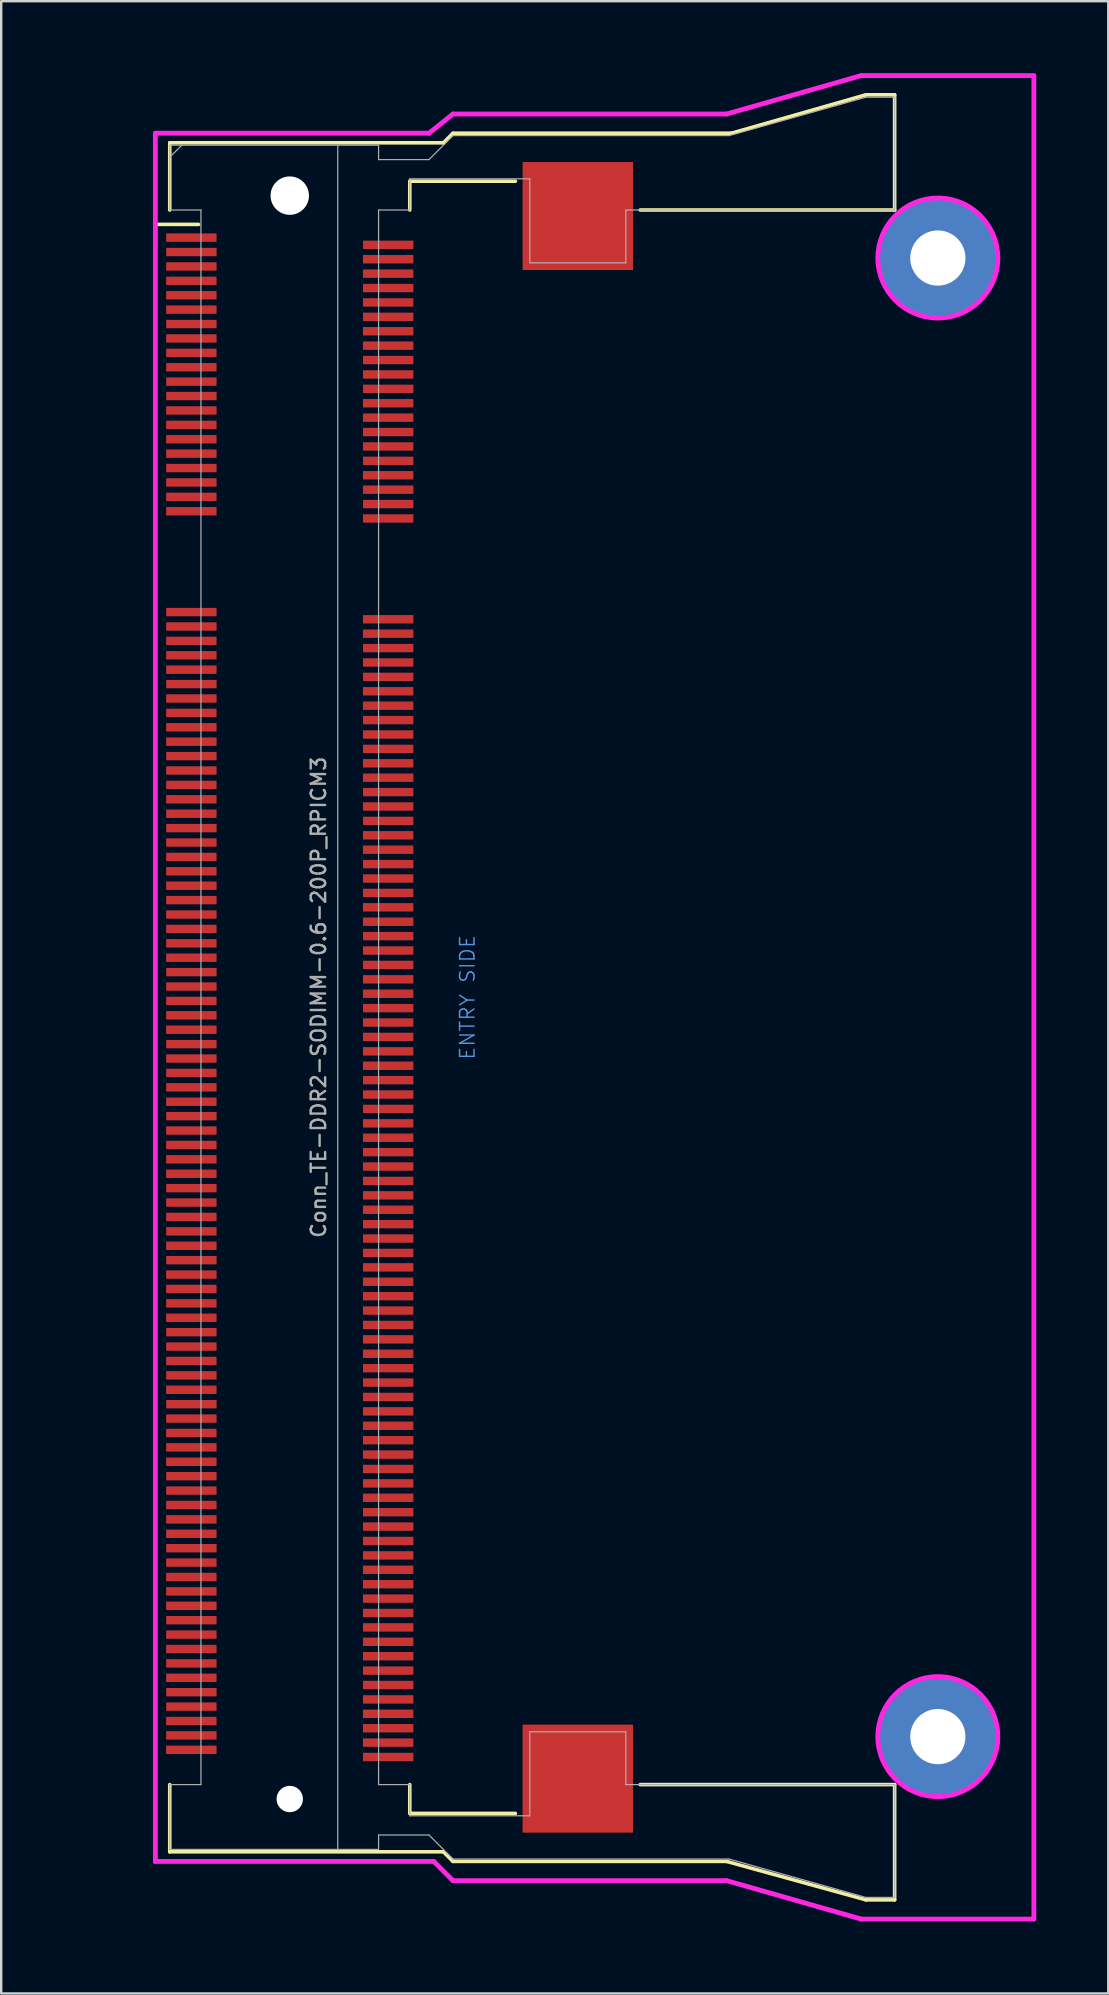
<source format=kicad_pcb>
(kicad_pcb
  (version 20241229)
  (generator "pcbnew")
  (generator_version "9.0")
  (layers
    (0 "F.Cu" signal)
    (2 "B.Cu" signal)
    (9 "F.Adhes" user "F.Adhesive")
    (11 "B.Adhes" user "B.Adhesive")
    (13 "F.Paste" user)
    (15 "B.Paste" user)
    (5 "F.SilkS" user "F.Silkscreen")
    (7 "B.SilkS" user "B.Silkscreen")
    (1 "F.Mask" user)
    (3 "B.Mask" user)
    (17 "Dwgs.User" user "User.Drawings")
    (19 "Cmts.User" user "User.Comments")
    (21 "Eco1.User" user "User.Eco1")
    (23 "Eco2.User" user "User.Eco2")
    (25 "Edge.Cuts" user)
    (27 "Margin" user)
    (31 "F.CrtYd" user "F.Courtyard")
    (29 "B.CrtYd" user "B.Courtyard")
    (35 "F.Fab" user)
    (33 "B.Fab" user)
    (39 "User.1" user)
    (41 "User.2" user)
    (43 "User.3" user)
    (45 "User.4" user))
  (footprint "Conn_TE-DDR2-SODIMM-0.6-200P_RPICM3"
    (layer "F.Cu")
    (at 9.022 38.5)
    (property "Reference" "Conn_TE-DDR2-SODIMM-0.6-200P_RPICM3" (at 1.2 0 90) (layer "F.Fab") (effects (font (size 0.6 0.6) (thickness 0.1))))
    (attr through_hole)
    (fp_line (start -5.6 -32.2) (end -3.8 -32.2) (stroke (width 0.15) (type solid)) (layer "F.SilkS"))
    (fp_line (start -5.6 -31.2) (end -5.6 -32.2) (stroke (width 0.15) (type solid)) (layer "F.SilkS"))
    (fp_line (start -5 -35.6) (end 6.4 -35.6) (stroke (width 0.15) (type solid)) (layer "F.SilkS"))
    (fp_line (start -5 -32.8) (end -5 -35.6) (stroke (width 0.15) (type solid)) (layer "F.SilkS"))
    (fp_line (start -5 32.8) (end -5 35.6) (stroke (width 0.15) (type solid)) (layer "F.SilkS"))
    (fp_line (start -5 35.6) (end 6.4 35.6) (stroke (width 0.15) (type solid)) (layer "F.SilkS"))
    (fp_line (start 5 -34) (end 9.4 -34) (stroke (width 0.15) (type solid)) (layer "F.SilkS"))
    (fp_line (start 5 -32.8) (end 5 -34) (stroke (width 0.15) (type solid)) (layer "F.SilkS"))
    (fp_line (start 5 34) (end 5 32.8) (stroke (width 0.15) (type solid)) (layer "F.SilkS"))
    (fp_line (start 6.4 -35.6) (end 6.8 -36) (stroke (width 0.15) (type solid)) (layer "F.SilkS"))
    (fp_line (start 6.4 35.6) (end 6.8 36) (stroke (width 0.15) (type solid)) (layer "F.SilkS"))
    (fp_line (start 6.8 -36) (end 18.4 -36) (stroke (width 0.15) (type solid)) (layer "F.SilkS"))
    (fp_line (start 6.8 36) (end 18.2 36) (stroke (width 0.15) (type solid)) (layer "F.SilkS"))
    (fp_line (start 9.4 34) (end 5 34) (stroke (width 0.15) (type solid)) (layer "F.SilkS"))
    (fp_line (start 14.6 -32.8) (end 25.2 -32.8) (stroke (width 0.15) (type solid)) (layer "F.SilkS"))
    (fp_line (start 14.6 32.8) (end 25.2 32.8) (stroke (width 0.15) (type solid)) (layer "F.SilkS"))
    (fp_line (start 18.2 36) (end 24 37.6) (stroke (width 0.15) (type solid)) (layer "F.SilkS"))
    (fp_line (start 18.4 -36) (end 24 -37.6) (stroke (width 0.15) (type solid)) (layer "F.SilkS"))
    (fp_line (start 24 -37.6) (end 25.2 -37.6) (stroke (width 0.15) (type solid)) (layer "F.SilkS"))
    (fp_line (start 24 37.6) (end 25.2 37.6) (stroke (width 0.15) (type solid)) (layer "F.SilkS"))
    (fp_line (start 25.2 -37.6) (end 25.2 -32.8) (stroke (width 0.15) (type solid)) (layer "F.SilkS"))
    (fp_line (start 25.2 37.6) (end 25.2 32.8) (stroke (width 0.15) (type solid)) (layer "F.SilkS"))
    (fp_line (start -5.6 -36) (end -5.6 36) (stroke (width 0.2) (type solid)) (layer "F.CrtYd"))
    (fp_line (start -5.6 -36) (end 5.8 -36) (stroke (width 0.2) (type solid)) (layer "F.CrtYd"))
    (fp_line (start -5.6 36) (end 6 36) (stroke (width 0.2) (type solid)) (layer "F.CrtYd"))
    (fp_line (start 6 36) (end 6.8 36.8) (stroke (width 0.2) (type solid)) (layer "F.CrtYd"))
    (fp_line (start 6.8 -36.8) (end 5.8 -36) (stroke (width 0.2) (type solid)) (layer "F.CrtYd"))
    (fp_line (start 6.8 36.8) (end 18.2 36.8) (stroke (width 0.2) (type solid)) (layer "F.CrtYd"))
    (fp_line (start 18.2 -36.8) (end 6.8 -36.8) (stroke (width 0.2) (type solid)) (layer "F.CrtYd"))
    (fp_line (start 18.2 36.8) (end 23.8 38.4) (stroke (width 0.2) (type solid)) (layer "F.CrtYd"))
    (fp_line (start 23.8 -38.4) (end 18.2 -36.8) (stroke (width 0.2) (type solid)) (layer "F.CrtYd"))
    (fp_line (start 23.8 38.4) (end 31 38.4) (stroke (width 0.2) (type solid)) (layer "F.CrtYd"))
    (fp_line (start 31 -38.4) (end 23.8 -38.4) (stroke (width 0.2) (type solid)) (layer "F.CrtYd"))
    (fp_line (start 31 38.4) (end 31 -38.4) (stroke (width 0.2) (type solid)) (layer "F.CrtYd"))
    (fp_circle (center 27 -30.8) (end 29.5 -30.8) (stroke (width 0.2) (type solid)) (fill no) (layer "F.CrtYd"))
    (fp_circle (center 27 30.8) (end 29.5 30.8) (stroke (width 0.2) (type solid)) (fill no) (layer "F.CrtYd"))
    (fp_line (start -5 -35.5) (end -5 -32.8) (stroke (width 0.05) (type solid)) (layer "F.Fab"))
    (fp_line (start -5 -35.5) (end 2 -35.5) (stroke (width 0.05) (type solid)) (layer "F.Fab"))
    (fp_line (start -5 -35) (end -4.5 -35.5) (stroke (width 0.05) (type solid)) (layer "F.Fab"))
    (fp_line (start -5 -32.8) (end -3.7 -32.8) (stroke (width 0.05) (type solid)) (layer "F.Fab"))
    (fp_line (start -5 32.8) (end -3.7 32.8) (stroke (width 0.05) (type solid)) (layer "F.Fab"))
    (fp_line (start -5 35.5) (end -5 32.8) (stroke (width 0.05) (type solid)) (layer "F.Fab"))
    (fp_line (start -3.7 32.8) (end -3.7 -32.8) (stroke (width 0.05) (type solid)) (layer "F.Fab"))
    (fp_line (start 2 -35.5) (end 2 35.5) (stroke (width 0.05) (type solid)) (layer "F.Fab"))
    (fp_line (start 2 35.5) (end -5 35.5) (stroke (width 0.05) (type solid)) (layer "F.Fab"))
    (fp_line (start 3.7 -35.5) (end 2 -35.5) (stroke (width 0.05) (type solid)) (layer "F.Fab"))
    (fp_line (start 3.7 -35.5) (end 3.7 -34.9) (stroke (width 0.05) (type solid)) (layer "F.Fab"))
    (fp_line (start 3.7 -32.8) (end 3.7 32.8) (stroke (width 0.05) (type solid)) (layer "F.Fab"))
    (fp_line (start 3.7 -32.8) (end 5 -32.8) (stroke (width 0.05) (type solid)) (layer "F.Fab"))
    (fp_line (start 3.7 34.9) (end 3.7 35.5) (stroke (width 0.05) (type solid)) (layer "F.Fab"))
    (fp_line (start 3.7 34.9) (end 5.8 34.9) (stroke (width 0.05) (type solid)) (layer "F.Fab"))
    (fp_line (start 3.7 35.5) (end 2 35.5) (stroke (width 0.05) (type solid)) (layer "F.Fab"))
    (fp_line (start 5 -34.1) (end 10 -34.1) (stroke (width 0.05) (type solid)) (layer "F.Fab"))
    (fp_line (start 5 -32.8) (end 5 -34.1) (stroke (width 0.05) (type solid)) (layer "F.Fab"))
    (fp_line (start 5 32.8) (end 3.7 32.8) (stroke (width 0.05) (type solid)) (layer "F.Fab"))
    (fp_line (start 5 34.1) (end 5 32.8) (stroke (width 0.05) (type solid)) (layer "F.Fab"))
    (fp_line (start 5 34.1) (end 10 34.1) (stroke (width 0.05) (type solid)) (layer "F.Fab"))
    (fp_line (start 5.8 -34.9) (end 3.7 -34.9) (stroke (width 0.05) (type solid)) (layer "F.Fab"))
    (fp_line (start 5.8 -34.9) (end 6.8 -35.9) (stroke (width 0.05) (type solid)) (layer "F.Fab"))
    (fp_line (start 5.8 34.9) (end 6.8 35.9) (stroke (width 0.05) (type solid)) (layer "F.Fab"))
    (fp_line (start 6.8 -35.9) (end 18.3 -35.9) (stroke (width 0.05) (type solid)) (layer "F.Fab"))
    (fp_line (start 10 -34.1) (end 10 -30.6) (stroke (width 0.05) (type solid)) (layer "F.Fab"))
    (fp_line (start 10 -30.6) (end 14 -30.6) (stroke (width 0.05) (type solid)) (layer "F.Fab"))
    (fp_line (start 10 30.6) (end 14 30.6) (stroke (width 0.05) (type solid)) (layer "F.Fab"))
    (fp_line (start 10 34.1) (end 10 30.6) (stroke (width 0.05) (type solid)) (layer "F.Fab"))
    (fp_line (start 14 -32.8) (end 25.2 -32.8) (stroke (width 0.05) (type solid)) (layer "F.Fab"))
    (fp_line (start 14 -30.6) (end 14 -32.8) (stroke (width 0.05) (type solid)) (layer "F.Fab"))
    (fp_line (start 14 30.6) (end 14 32.8) (stroke (width 0.05) (type solid)) (layer "F.Fab"))
    (fp_line (start 14 32.8) (end 25.2 32.8) (stroke (width 0.05) (type solid)) (layer "F.Fab"))
    (fp_line (start 18.3 35.9) (end 6.8 35.9) (stroke (width 0.05) (type solid)) (layer "F.Fab"))
    (fp_line (start 18.3 35.9) (end 24 37.5) (stroke (width 0.05) (type solid)) (layer "F.Fab"))
    (fp_line (start 24 -37.5) (end 18.3 -35.9) (stroke (width 0.05) (type solid)) (layer "F.Fab"))
    (fp_line (start 25.2 -37.5) (end 24 -37.5) (stroke (width 0.05) (type solid)) (layer "F.Fab"))
    (fp_line (start 25.2 -32.8) (end 25.2 -37.5) (stroke (width 0.05) (type solid)) (layer "F.Fab"))
    (fp_line (start 25.2 37.5) (end 24 37.5) (stroke (width 0.05) (type solid)) (layer "F.Fab"))
    (fp_line (start 25.2 37.5) (end 25.2 32.8) (stroke (width 0.05) (type solid)) (layer "F.Fab"))
    (fp_text user "ENTRY SIDE" (at 7.4 0 90) (layer "Cmts.User") (effects (font (size 0.6 0.6) (thickness 0.06))))
    (fp_text user "${REFERENCE}" (at -4 -35 0) (layer "Eco1.User") (effects (font (size 0.3 0.3) (thickness 0.03))))
    (pad "" np_thru_hole circle (at 0 -33.4) (size 1.6 1.6) (drill 1.6) (layers "*.Cu"))
    (pad "" np_thru_hole circle (at 0 33.4) (size 1.1 1.1) (drill 1.1) (layers "*.Cu"))
    (pad "" smd rect (at 12 -32.55) (size 4.6 4.5) (layers "F.Cu" "F.Mask" "F.Paste"))
    (pad "" smd rect (at 12 32.55) (size 4.6 4.5) (layers "F.Cu" "F.Mask" "F.Paste"))
    (pad "0" thru_hole circle (at 27 -30.8) (size 5 5) (drill 2.3) (layers "*.Cu" "*.Mask"))
    (pad "0" thru_hole circle (at 27 30.8) (size 5 5) (drill 2.3) (layers "*.Cu" "*.Mask"))
    (pad "1" smd rect (at -4.1 -31.65) (size 2.1 0.35) (layers "F.Cu" "F.Mask" "F.Paste"))
    (pad "2" smd rect (at 4.1 -31.35) (size 2.1 0.35) (layers "F.Cu" "F.Mask" "F.Paste"))
    (pad "3" smd rect (at -4.1 -31.05) (size 2.1 0.35) (layers "F.Cu" "F.Mask" "F.Paste"))
    (pad "4" smd rect (at 4.1 -30.75) (size 2.1 0.35) (layers "F.Cu" "F.Mask" "F.Paste"))
    (pad "5" smd rect (at -4.1 -30.45) (size 2.1 0.35) (layers "F.Cu" "F.Mask" "F.Paste"))
    (pad "6" smd rect (at 4.1 -30.15) (size 2.1 0.35) (layers "F.Cu" "F.Mask" "F.Paste"))
    (pad "7" smd rect (at -4.1 -29.85) (size 2.1 0.35) (layers "F.Cu" "F.Mask" "F.Paste"))
    (pad "8" smd rect (at 4.1 -29.55) (size 2.1 0.35) (layers "F.Cu" "F.Mask" "F.Paste"))
    (pad "9" smd rect (at -4.1 -29.25) (size 2.1 0.35) (layers "F.Cu" "F.Mask" "F.Paste"))
    (pad "10" smd rect (at 4.1 -28.95) (size 2.1 0.35) (layers "F.Cu" "F.Mask" "F.Paste"))
    (pad "11" smd rect (at -4.1 -28.65) (size 2.1 0.35) (layers "F.Cu" "F.Mask" "F.Paste"))
    (pad "12" smd rect (at 4.1 -28.35) (size 2.1 0.35) (layers "F.Cu" "F.Mask" "F.Paste"))
    (pad "13" smd rect (at -4.1 -28.05) (size 2.1 0.35) (layers "F.Cu" "F.Mask" "F.Paste"))
    (pad "14" smd rect (at 4.1 -27.75) (size 2.1 0.35) (layers "F.Cu" "F.Mask" "F.Paste"))
    (pad "15" smd rect (at -4.1 -27.45) (size 2.1 0.35) (layers "F.Cu" "F.Mask" "F.Paste"))
    (pad "16" smd rect (at 4.1 -27.15) (size 2.1 0.35) (layers "F.Cu" "F.Mask" "F.Paste"))
    (pad "17" smd rect (at -4.1 -26.85) (size 2.1 0.35) (layers "F.Cu" "F.Mask" "F.Paste"))
    (pad "18" smd rect (at 4.1 -26.55) (size 2.1 0.35) (layers "F.Cu" "F.Mask" "F.Paste"))
    (pad "19" smd rect (at -4.1 -26.25) (size 2.1 0.35) (layers "F.Cu" "F.Mask" "F.Paste"))
    (pad "20" smd rect (at 4.1 -25.95) (size 2.1 0.35) (layers "F.Cu" "F.Mask" "F.Paste"))
    (pad "21" smd rect (at -4.1 -25.65) (size 2.1 0.35) (layers "F.Cu" "F.Mask" "F.Paste"))
    (pad "22" smd rect (at 4.1 -25.35) (size 2.1 0.35) (layers "F.Cu" "F.Mask" "F.Paste"))
    (pad "23" smd rect (at -4.1 -25.05) (size 2.1 0.35) (layers "F.Cu" "F.Mask" "F.Paste"))
    (pad "24" smd rect (at 4.1 -24.75) (size 2.1 0.35) (layers "F.Cu" "F.Mask" "F.Paste"))
    (pad "25" smd rect (at -4.1 -24.45) (size 2.1 0.35) (layers "F.Cu" "F.Mask" "F.Paste"))
    (pad "26" smd rect (at 4.1 -24.15) (size 2.1 0.35) (layers "F.Cu" "F.Mask" "F.Paste"))
    (pad "27" smd rect (at -4.1 -23.85) (size 2.1 0.35) (layers "F.Cu" "F.Mask" "F.Paste"))
    (pad "28" smd rect (at 4.1 -23.55) (size 2.1 0.35) (layers "F.Cu" "F.Mask" "F.Paste"))
    (pad "29" smd rect (at -4.1 -23.25) (size 2.1 0.35) (layers "F.Cu" "F.Mask" "F.Paste"))
    (pad "30" smd rect (at 4.1 -22.95) (size 2.1 0.35) (layers "F.Cu" "F.Mask" "F.Paste"))
    (pad "31" smd rect (at -4.1 -22.65) (size 2.1 0.35) (layers "F.Cu" "F.Mask" "F.Paste"))
    (pad "32" smd rect (at 4.1 -22.35) (size 2.1 0.35) (layers "F.Cu" "F.Mask" "F.Paste"))
    (pad "33" smd rect (at -4.1 -22.05) (size 2.1 0.35) (layers "F.Cu" "F.Mask" "F.Paste"))
    (pad "34" smd rect (at 4.1 -21.75) (size 2.1 0.35) (layers "F.Cu" "F.Mask" "F.Paste"))
    (pad "35" smd rect (at -4.1 -21.45) (size 2.1 0.35) (layers "F.Cu" "F.Mask" "F.Paste"))
    (pad "36" smd rect (at 4.1 -21.15) (size 2.1 0.35) (layers "F.Cu" "F.Mask" "F.Paste"))
    (pad "37" smd rect (at -4.1 -20.85) (size 2.1 0.35) (layers "F.Cu" "F.Mask" "F.Paste"))
    (pad "38" smd rect (at 4.1 -20.55) (size 2.1 0.35) (layers "F.Cu" "F.Mask" "F.Paste"))
    (pad "39" smd rect (at -4.1 -20.25) (size 2.1 0.35) (layers "F.Cu" "F.Mask" "F.Paste"))
    (pad "40" smd rect (at 4.1 -19.95) (size 2.1 0.35) (layers "F.Cu" "F.Mask" "F.Paste"))
    (pad "41" smd rect (at -4.1 -16.05) (size 2.1 0.35) (layers "F.Cu" "F.Mask" "F.Paste"))
    (pad "42" smd rect (at 4.1 -15.75) (size 2.1 0.35) (layers "F.Cu" "F.Mask" "F.Paste"))
    (pad "43" smd rect (at -4.1 -15.45) (size 2.1 0.35) (layers "F.Cu" "F.Mask" "F.Paste"))
    (pad "44" smd rect (at 4.1 -15.15) (size 2.1 0.35) (layers "F.Cu" "F.Mask" "F.Paste"))
    (pad "45" smd rect (at -4.1 -14.85) (size 2.1 0.35) (layers "F.Cu" "F.Mask" "F.Paste"))
    (pad "46" smd rect (at 4.1 -14.55) (size 2.1 0.35) (layers "F.Cu" "F.Mask" "F.Paste"))
    (pad "47" smd rect (at -4.1 -14.25) (size 2.1 0.35) (layers "F.Cu" "F.Mask" "F.Paste"))
    (pad "48" smd rect (at 4.1 -13.95) (size 2.1 0.35) (layers "F.Cu" "F.Mask" "F.Paste"))
    (pad "49" smd rect (at -4.1 -13.65) (size 2.1 0.35) (layers "F.Cu" "F.Mask" "F.Paste"))
    (pad "50" smd rect (at 4.1 -13.35) (size 2.1 0.35) (layers "F.Cu" "F.Mask" "F.Paste"))
    (pad "51" smd rect (at -4.1 -13.05) (size 2.1 0.35) (layers "F.Cu" "F.Mask" "F.Paste"))
    (pad "52" smd rect (at 4.1 -12.75) (size 2.1 0.35) (layers "F.Cu" "F.Mask" "F.Paste"))
    (pad "53" smd rect (at -4.1 -12.45) (size 2.1 0.35) (layers "F.Cu" "F.Mask" "F.Paste"))
    (pad "54" smd rect (at 4.1 -12.15) (size 2.1 0.35) (layers "F.Cu" "F.Mask" "F.Paste"))
    (pad "55" smd rect (at -4.1 -11.85) (size 2.1 0.35) (layers "F.Cu" "F.Mask" "F.Paste"))
    (pad "56" smd rect (at 4.1 -11.55) (size 2.1 0.35) (layers "F.Cu" "F.Mask" "F.Paste"))
    (pad "57" smd rect (at -4.1 -11.25) (size 2.1 0.35) (layers "F.Cu" "F.Mask" "F.Paste"))
    (pad "58" smd rect (at 4.1 -10.95) (size 2.1 0.35) (layers "F.Cu" "F.Mask" "F.Paste"))
    (pad "59" smd rect (at -4.1 -10.65) (size 2.1 0.35) (layers "F.Cu" "F.Mask" "F.Paste"))
    (pad "60" smd rect (at 4.1 -10.35) (size 2.1 0.35) (layers "F.Cu" "F.Mask" "F.Paste"))
    (pad "61" smd rect (at -4.1 -10.05) (size 2.1 0.35) (layers "F.Cu" "F.Mask" "F.Paste"))
    (pad "62" smd rect (at 4.1 -9.75) (size 2.1 0.35) (layers "F.Cu" "F.Mask" "F.Paste"))
    (pad "63" smd rect (at -4.1 -9.45) (size 2.1 0.35) (layers "F.Cu" "F.Mask" "F.Paste"))
    (pad "64" smd rect (at 4.1 -9.15) (size 2.1 0.35) (layers "F.Cu" "F.Mask" "F.Paste"))
    (pad "65" smd rect (at -4.1 -8.85) (size 2.1 0.35) (layers "F.Cu" "F.Mask" "F.Paste"))
    (pad "66" smd rect (at 4.1 -8.55) (size 2.1 0.35) (layers "F.Cu" "F.Mask" "F.Paste"))
    (pad "67" smd rect (at -4.1 -8.25) (size 2.1 0.35) (layers "F.Cu" "F.Mask" "F.Paste"))
    (pad "68" smd rect (at 4.1 -7.95) (size 2.1 0.35) (layers "F.Cu" "F.Mask" "F.Paste"))
    (pad "69" smd rect (at -4.1 -7.65) (size 2.1 0.35) (layers "F.Cu" "F.Mask" "F.Paste"))
    (pad "70" smd rect (at 4.1 -7.35) (size 2.1 0.35) (layers "F.Cu" "F.Mask" "F.Paste"))
    (pad "71" smd rect (at -4.1 -7.05) (size 2.1 0.35) (layers "F.Cu" "F.Mask" "F.Paste"))
    (pad "72" smd rect (at 4.1 -6.75) (size 2.1 0.35) (layers "F.Cu" "F.Mask" "F.Paste"))
    (pad "73" smd rect (at -4.1 -6.45) (size 2.1 0.35) (layers "F.Cu" "F.Mask" "F.Paste"))
    (pad "74" smd rect (at 4.1 -6.15) (size 2.1 0.35) (layers "F.Cu" "F.Mask" "F.Paste"))
    (pad "75" smd rect (at -4.1 -5.85) (size 2.1 0.35) (layers "F.Cu" "F.Mask" "F.Paste"))
    (pad "76" smd rect (at 4.1 -5.55) (size 2.1 0.35) (layers "F.Cu" "F.Mask" "F.Paste"))
    (pad "77" smd rect (at -4.1 -5.25) (size 2.1 0.35) (layers "F.Cu" "F.Mask" "F.Paste"))
    (pad "78" smd rect (at 4.1 -4.95) (size 2.1 0.35) (layers "F.Cu" "F.Mask" "F.Paste"))
    (pad "79" smd rect (at -4.1 -4.65) (size 2.1 0.35) (layers "F.Cu" "F.Mask" "F.Paste"))
    (pad "80" smd rect (at 4.1 -4.35) (size 2.1 0.35) (layers "F.Cu" "F.Mask" "F.Paste"))
    (pad "81" smd rect (at -4.1 -4.05) (size 2.1 0.35) (layers "F.Cu" "F.Mask" "F.Paste"))
    (pad "82" smd rect (at 4.1 -3.75) (size 2.1 0.35) (layers "F.Cu" "F.Mask" "F.Paste"))
    (pad "83" smd rect (at -4.1 -3.45) (size 2.1 0.35) (layers "F.Cu" "F.Mask" "F.Paste"))
    (pad "84" smd rect (at 4.1 -3.15) (size 2.1 0.35) (layers "F.Cu" "F.Mask" "F.Paste"))
    (pad "85" smd rect (at -4.1 -2.85) (size 2.1 0.35) (layers "F.Cu" "F.Mask" "F.Paste"))
    (pad "86" smd rect (at 4.1 -2.55) (size 2.1 0.35) (layers "F.Cu" "F.Mask" "F.Paste"))
    (pad "87" smd rect (at -4.1 -2.25) (size 2.1 0.35) (layers "F.Cu" "F.Mask" "F.Paste"))
    (pad "88" smd rect (at 4.1 -1.95) (size 2.1 0.35) (layers "F.Cu" "F.Mask" "F.Paste"))
    (pad "89" smd rect (at -4.1 -1.65) (size 2.1 0.35) (layers "F.Cu" "F.Mask" "F.Paste"))
    (pad "90" smd rect (at 4.1 -1.35) (size 2.1 0.35) (layers "F.Cu" "F.Mask" "F.Paste"))
    (pad "91" smd rect (at -4.1 -1.05) (size 2.1 0.35) (layers "F.Cu" "F.Mask" "F.Paste"))
    (pad "92" smd rect (at 4.1 -0.75) (size 2.1 0.35) (layers "F.Cu" "F.Mask" "F.Paste"))
    (pad "93" smd rect (at -4.1 -0.45) (size 2.1 0.35) (layers "F.Cu" "F.Mask" "F.Paste"))
    (pad "94" smd rect (at 4.1 -0.15) (size 2.1 0.35) (layers "F.Cu" "F.Mask" "F.Paste"))
    (pad "95" smd rect (at -4.1 0.15) (size 2.1 0.35) (layers "F.Cu" "F.Mask" "F.Paste"))
    (pad "96" smd rect (at 4.1 0.45) (size 2.1 0.35) (layers "F.Cu" "F.Mask" "F.Paste"))
    (pad "97" smd rect (at -4.1 0.75) (size 2.1 0.35) (layers "F.Cu" "F.Mask" "F.Paste"))
    (pad "98" smd rect (at 4.1 1.05) (size 2.1 0.35) (layers "F.Cu" "F.Mask" "F.Paste"))
    (pad "99" smd rect (at -4.1 1.35) (size 2.1 0.35) (layers "F.Cu" "F.Mask" "F.Paste"))
    (pad "100" smd rect (at 4.1 1.65) (size 2.1 0.35) (layers "F.Cu" "F.Mask" "F.Paste"))
    (pad "101" smd rect (at -4.1 1.95) (size 2.1 0.35) (layers "F.Cu" "F.Mask" "F.Paste"))
    (pad "102" smd rect (at 4.1 2.25) (size 2.1 0.35) (layers "F.Cu" "F.Mask" "F.Paste"))
    (pad "103" smd rect (at -4.1 2.55) (size 2.1 0.35) (layers "F.Cu" "F.Mask" "F.Paste"))
    (pad "104" smd rect (at 4.1 2.85) (size 2.1 0.35) (layers "F.Cu" "F.Mask" "F.Paste"))
    (pad "105" smd rect (at -4.1 3.15) (size 2.1 0.35) (layers "F.Cu" "F.Mask" "F.Paste"))
    (pad "106" smd rect (at 4.1 3.45) (size 2.1 0.35) (layers "F.Cu" "F.Mask" "F.Paste"))
    (pad "107" smd rect (at -4.1 3.75) (size 2.1 0.35) (layers "F.Cu" "F.Mask" "F.Paste"))
    (pad "108" smd rect (at 4.1 4.05) (size 2.1 0.35) (layers "F.Cu" "F.Mask" "F.Paste"))
    (pad "109" smd rect (at -4.1 4.35) (size 2.1 0.35) (layers "F.Cu" "F.Mask" "F.Paste"))
    (pad "110" smd rect (at 4.1 4.65) (size 2.1 0.35) (layers "F.Cu" "F.Mask" "F.Paste"))
    (pad "111" smd rect (at -4.1 4.95) (size 2.1 0.35) (layers "F.Cu" "F.Mask" "F.Paste"))
    (pad "112" smd rect (at 4.1 5.25) (size 2.1 0.35) (layers "F.Cu" "F.Mask" "F.Paste"))
    (pad "113" smd rect (at -4.1 5.55) (size 2.1 0.35) (layers "F.Cu" "F.Mask" "F.Paste"))
    (pad "114" smd rect (at 4.1 5.85) (size 2.1 0.35) (layers "F.Cu" "F.Mask" "F.Paste"))
    (pad "115" smd rect (at -4.1 6.15) (size 2.1 0.35) (layers "F.Cu" "F.Mask" "F.Paste"))
    (pad "116" smd rect (at 4.1 6.45) (size 2.1 0.35) (layers "F.Cu" "F.Mask" "F.Paste"))
    (pad "117" smd rect (at -4.1 6.75) (size 2.1 0.35) (layers "F.Cu" "F.Mask" "F.Paste"))
    (pad "118" smd rect (at 4.1 7.05) (size 2.1 0.35) (layers "F.Cu" "F.Mask" "F.Paste"))
    (pad "119" smd rect (at -4.1 7.35) (size 2.1 0.35) (layers "F.Cu" "F.Mask" "F.Paste"))
    (pad "120" smd rect (at 4.1 7.65) (size 2.1 0.35) (layers "F.Cu" "F.Mask" "F.Paste"))
    (pad "121" smd rect (at -4.1 7.95) (size 2.1 0.35) (layers "F.Cu" "F.Mask" "F.Paste"))
    (pad "122" smd rect (at 4.1 8.25) (size 2.1 0.35) (layers "F.Cu" "F.Mask" "F.Paste"))
    (pad "123" smd rect (at -4.1 8.55) (size 2.1 0.35) (layers "F.Cu" "F.Mask" "F.Paste"))
    (pad "124" smd rect (at 4.1 8.85) (size 2.1 0.35) (layers "F.Cu" "F.Mask" "F.Paste"))
    (pad "125" smd rect (at -4.1 9.15) (size 2.1 0.35) (layers "F.Cu" "F.Mask" "F.Paste"))
    (pad "126" smd rect (at 4.1 9.45) (size 2.1 0.35) (layers "F.Cu" "F.Mask" "F.Paste"))
    (pad "127" smd rect (at -4.1 9.75) (size 2.1 0.35) (layers "F.Cu" "F.Mask" "F.Paste"))
    (pad "128" smd rect (at 4.1 10.05) (size 2.1 0.35) (layers "F.Cu" "F.Mask" "F.Paste"))
    (pad "129" smd rect (at -4.1 10.35) (size 2.1 0.35) (layers "F.Cu" "F.Mask" "F.Paste"))
    (pad "130" smd rect (at 4.1 10.65) (size 2.1 0.35) (layers "F.Cu" "F.Mask" "F.Paste"))
    (pad "131" smd rect (at -4.1 10.95) (size 2.1 0.35) (layers "F.Cu" "F.Mask" "F.Paste"))
    (pad "132" smd rect (at 4.1 11.25) (size 2.1 0.35) (layers "F.Cu" "F.Mask" "F.Paste"))
    (pad "133" smd rect (at -4.1 11.55) (size 2.1 0.35) (layers "F.Cu" "F.Mask" "F.Paste"))
    (pad "134" smd rect (at 4.1 11.85) (size 2.1 0.35) (layers "F.Cu" "F.Mask" "F.Paste"))
    (pad "135" smd rect (at -4.1 12.15) (size 2.1 0.35) (layers "F.Cu" "F.Mask" "F.Paste"))
    (pad "136" smd rect (at 4.1 12.45) (size 2.1 0.35) (layers "F.Cu" "F.Mask" "F.Paste"))
    (pad "137" smd rect (at -4.1 12.75) (size 2.1 0.35) (layers "F.Cu" "F.Mask" "F.Paste"))
    (pad "138" smd rect (at 4.1 13.05) (size 2.1 0.35) (layers "F.Cu" "F.Mask" "F.Paste"))
    (pad "139" smd rect (at -4.1 13.35) (size 2.1 0.35) (layers "F.Cu" "F.Mask" "F.Paste"))
    (pad "140" smd rect (at 4.1 13.65) (size 2.1 0.35) (layers "F.Cu" "F.Mask" "F.Paste"))
    (pad "141" smd rect (at -4.1 13.95) (size 2.1 0.35) (layers "F.Cu" "F.Mask" "F.Paste"))
    (pad "142" smd rect (at 4.1 14.25) (size 2.1 0.35) (layers "F.Cu" "F.Mask" "F.Paste"))
    (pad "143" smd rect (at -4.1 14.55) (size 2.1 0.35) (layers "F.Cu" "F.Mask" "F.Paste"))
    (pad "144" smd rect (at 4.1 14.85) (size 2.1 0.35) (layers "F.Cu" "F.Mask" "F.Paste"))
    (pad "145" smd rect (at -4.1 15.15) (size 2.1 0.35) (layers "F.Cu" "F.Mask" "F.Paste"))
    (pad "146" smd rect (at 4.1 15.45) (size 2.1 0.35) (layers "F.Cu" "F.Mask" "F.Paste"))
    (pad "147" smd rect (at -4.1 15.75) (size 2.1 0.35) (layers "F.Cu" "F.Mask" "F.Paste"))
    (pad "148" smd rect (at 4.1 16.05) (size 2.1 0.35) (layers "F.Cu" "F.Mask" "F.Paste"))
    (pad "149" smd rect (at -4.1 16.35) (size 2.1 0.35) (layers "F.Cu" "F.Mask" "F.Paste"))
    (pad "150" smd rect (at 4.1 16.65) (size 2.1 0.35) (layers "F.Cu" "F.Mask" "F.Paste"))
    (pad "151" smd rect (at -4.1 16.95) (size 2.1 0.35) (layers "F.Cu" "F.Mask" "F.Paste"))
    (pad "152" smd rect (at 4.1 17.25) (size 2.1 0.35) (layers "F.Cu" "F.Mask" "F.Paste"))
    (pad "153" smd rect (at -4.1 17.55) (size 2.1 0.35) (layers "F.Cu" "F.Mask" "F.Paste"))
    (pad "154" smd rect (at 4.1 17.85) (size 2.1 0.35) (layers "F.Cu" "F.Mask" "F.Paste"))
    (pad "155" smd rect (at -4.1 18.15) (size 2.1 0.35) (layers "F.Cu" "F.Mask" "F.Paste"))
    (pad "156" smd rect (at 4.1 18.45) (size 2.1 0.35) (layers "F.Cu" "F.Mask" "F.Paste"))
    (pad "157" smd rect (at -4.1 18.75) (size 2.1 0.35) (layers "F.Cu" "F.Mask" "F.Paste"))
    (pad "158" smd rect (at 4.1 19.05) (size 2.1 0.35) (layers "F.Cu" "F.Mask" "F.Paste"))
    (pad "159" smd rect (at -4.1 19.35) (size 2.1 0.35) (layers "F.Cu" "F.Mask" "F.Paste"))
    (pad "160" smd rect (at 4.1 19.65) (size 2.1 0.35) (layers "F.Cu" "F.Mask" "F.Paste"))
    (pad "161" smd rect (at -4.1 19.95) (size 2.1 0.35) (layers "F.Cu" "F.Mask" "F.Paste"))
    (pad "162" smd rect (at 4.1 20.25) (size 2.1 0.35) (layers "F.Cu" "F.Mask" "F.Paste"))
    (pad "163" smd rect (at -4.1 20.55) (size 2.1 0.35) (layers "F.Cu" "F.Mask" "F.Paste"))
    (pad "164" smd rect (at 4.1 20.85) (size 2.1 0.35) (layers "F.Cu" "F.Mask" "F.Paste"))
    (pad "165" smd rect (at -4.1 21.15) (size 2.1 0.35) (layers "F.Cu" "F.Mask" "F.Paste"))
    (pad "166" smd rect (at 4.1 21.45) (size 2.1 0.35) (layers "F.Cu" "F.Mask" "F.Paste"))
    (pad "167" smd rect (at -4.1 21.75) (size 2.1 0.35) (layers "F.Cu" "F.Mask" "F.Paste"))
    (pad "168" smd rect (at 4.1 22.05) (size 2.1 0.35) (layers "F.Cu" "F.Mask" "F.Paste"))
    (pad "169" smd rect (at -4.1 22.35) (size 2.1 0.35) (layers "F.Cu" "F.Mask" "F.Paste"))
    (pad "170" smd rect (at 4.1 22.65) (size 2.1 0.35) (layers "F.Cu" "F.Mask" "F.Paste"))
    (pad "171" smd rect (at -4.1 22.95) (size 2.1 0.35) (layers "F.Cu" "F.Mask" "F.Paste"))
    (pad "172" smd rect (at 4.1 23.25) (size 2.1 0.35) (layers "F.Cu" "F.Mask" "F.Paste"))
    (pad "173" smd rect (at -4.1 23.55) (size 2.1 0.35) (layers "F.Cu" "F.Mask" "F.Paste"))
    (pad "174" smd rect (at 4.1 23.85) (size 2.1 0.35) (layers "F.Cu" "F.Mask" "F.Paste"))
    (pad "175" smd rect (at -4.1 24.15) (size 2.1 0.35) (layers "F.Cu" "F.Mask" "F.Paste"))
    (pad "176" smd rect (at 4.1 24.45) (size 2.1 0.35) (layers "F.Cu" "F.Mask" "F.Paste"))
    (pad "177" smd rect (at -4.1 24.75) (size 2.1 0.35) (layers "F.Cu" "F.Mask" "F.Paste"))
    (pad "178" smd rect (at 4.1 25.05) (size 2.1 0.35) (layers "F.Cu" "F.Mask" "F.Paste"))
    (pad "179" smd rect (at -4.1 25.35) (size 2.1 0.35) (layers "F.Cu" "F.Mask" "F.Paste"))
    (pad "180" smd rect (at 4.1 25.65) (size 2.1 0.35) (layers "F.Cu" "F.Mask" "F.Paste"))
    (pad "181" smd rect (at -4.1 25.95) (size 2.1 0.35) (layers "F.Cu" "F.Mask" "F.Paste"))
    (pad "182" smd rect (at 4.1 26.25) (size 2.1 0.35) (layers "F.Cu" "F.Mask" "F.Paste"))
    (pad "183" smd rect (at -4.1 26.55) (size 2.1 0.35) (layers "F.Cu" "F.Mask" "F.Paste"))
    (pad "184" smd rect (at 4.1 26.85) (size 2.1 0.35) (layers "F.Cu" "F.Mask" "F.Paste"))
    (pad "185" smd rect (at -4.1 27.15) (size 2.1 0.35) (layers "F.Cu" "F.Mask" "F.Paste"))
    (pad "186" smd rect (at 4.1 27.45) (size 2.1 0.35) (layers "F.Cu" "F.Mask" "F.Paste"))
    (pad "187" smd rect (at -4.1 27.75) (size 2.1 0.35) (layers "F.Cu" "F.Mask" "F.Paste"))
    (pad "188" smd rect (at 4.1 28.05) (size 2.1 0.35) (layers "F.Cu" "F.Mask" "F.Paste"))
    (pad "189" smd rect (at -4.1 28.35) (size 2.1 0.35) (layers "F.Cu" "F.Mask" "F.Paste"))
    (pad "190" smd rect (at 4.1 28.65) (size 2.1 0.35) (layers "F.Cu" "F.Mask" "F.Paste"))
    (pad "191" smd rect (at -4.1 28.95) (size 2.1 0.35) (layers "F.Cu" "F.Mask" "F.Paste"))
    (pad "192" smd rect (at 4.1 29.25) (size 2.1 0.35) (layers "F.Cu" "F.Mask" "F.Paste"))
    (pad "193" smd rect (at -4.1 29.55) (size 2.1 0.35) (layers "F.Cu" "F.Mask" "F.Paste"))
    (pad "194" smd rect (at 4.1 29.85) (size 2.1 0.35) (layers "F.Cu" "F.Mask" "F.Paste"))
    (pad "195" smd rect (at -4.1 30.15) (size 2.1 0.35) (layers "F.Cu" "F.Mask" "F.Paste"))
    (pad "196" smd rect (at 4.1 30.45) (size 2.1 0.35) (layers "F.Cu" "F.Mask" "F.Paste"))
    (pad "197" smd rect (at -4.1 30.75) (size 2.1 0.35) (layers "F.Cu" "F.Mask" "F.Paste"))
    (pad "198" smd rect (at 4.1 31.05) (size 2.1 0.35) (layers "F.Cu" "F.Mask" "F.Paste"))
    (pad "199" smd rect (at -4.1 31.35) (size 2.1 0.35) (layers "F.Cu" "F.Mask" "F.Paste"))
    (pad "200" smd rect (at 4.1 31.65) (size 2.1 0.35) (layers "F.Cu" "F.Mask" "F.Paste")))
  (gr_rect
    (start -3 -3)
    (end 43.122 80)
    (stroke (width 0.1) (type default))
    (fill no)
    (layer "Edge.Cuts")))
</source>
